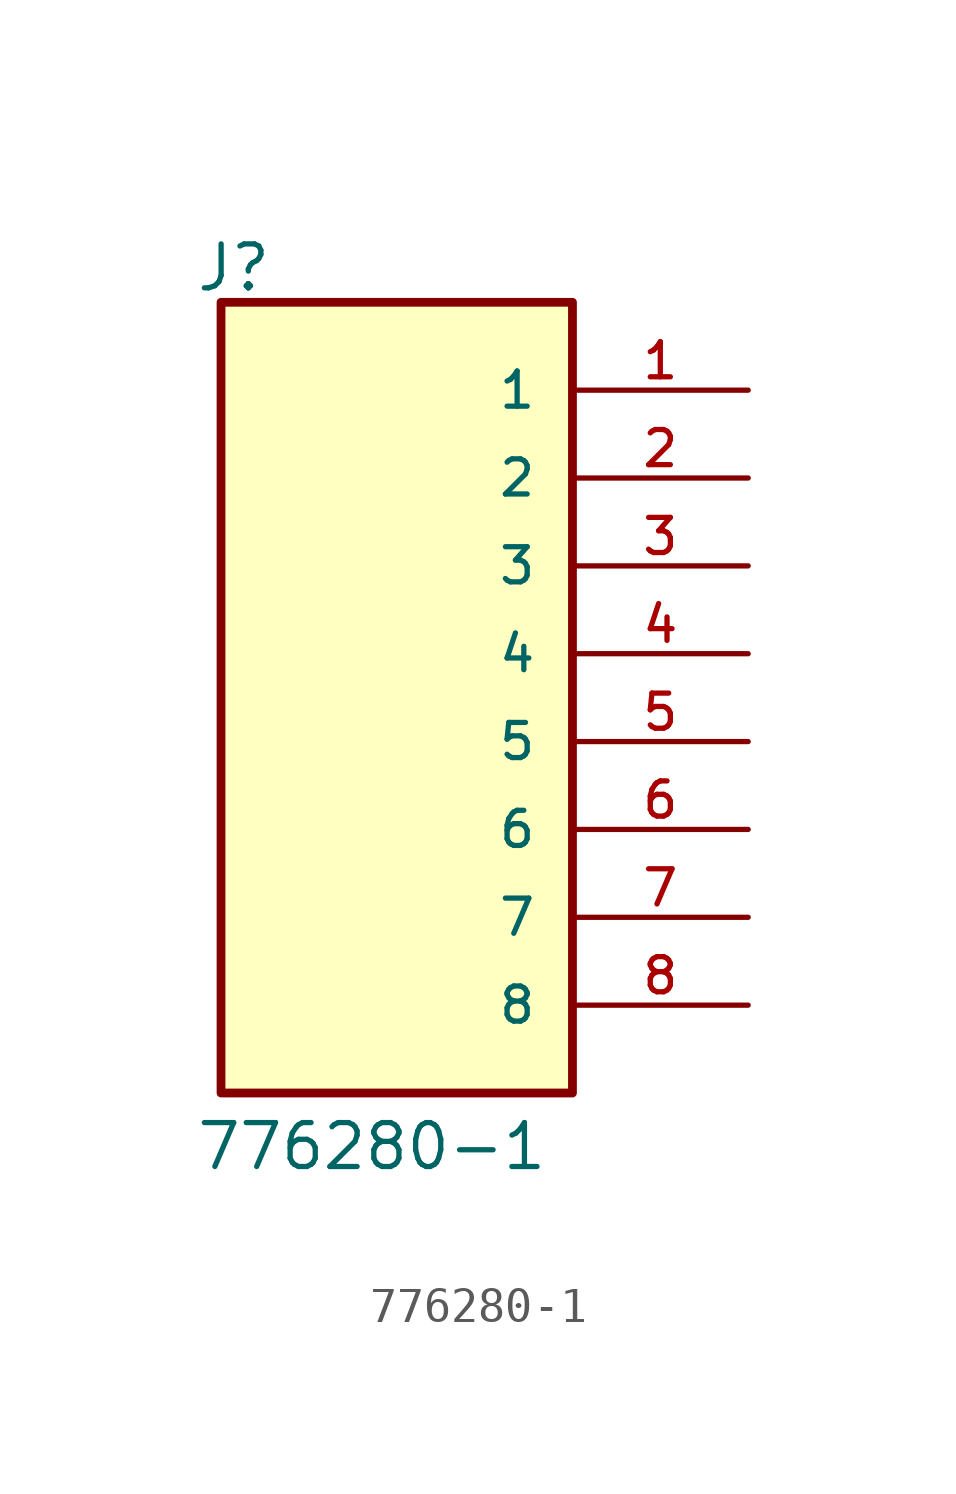
<source format=kicad_sym>
(kicad_symbol_lib
  (version 20211014)
  (generator kicad_symbol_editor)
  (symbol "776280-1"
    (pin_names
      (offset 1.016))
    (property "Reference" "J"
      (at -5.843 10.415 0)
      (effects (font (size 1.27 1.27)) (justify bottom left)))
    (property "Value" "776280-1"
      (at -5.843 -14.988 0)
      (effects (font (size 1.27 1.27)) (justify bottom left)))
    (symbol "776280-1_0_0"
      (rectangle (start -5.08 -12.7) (end 5.08 10.16) (stroke (width 0.254)) (fill (type background)))
      (pin passive line (at 10.16 7.62 180.0) (length 5.08) (name "1" (effects (font (size 1.016 1.016)))) (number "1" (effects (font (size 1.016 1.016)))))
      (pin passive line (at 10.16 5.08 180.0) (length 5.08) (name "2" (effects (font (size 1.016 1.016)))) (number "2" (effects (font (size 1.016 1.016)))))
      (pin passive line (at 10.16 2.54 180.0) (length 5.08) (name "3" (effects (font (size 1.016 1.016)))) (number "3" (effects (font (size 1.016 1.016)))))
      (pin passive line (at 10.16 0.0 180.0) (length 5.08) (name "4" (effects (font (size 1.016 1.016)))) (number "4" (effects (font (size 1.016 1.016)))))
      (pin passive line (at 10.16 -2.54 180.0) (length 5.08) (name "5" (effects (font (size 1.016 1.016)))) (number "5" (effects (font (size 1.016 1.016)))))
      (pin passive line (at 10.16 -5.08 180.0) (length 5.08) (name "6" (effects (font (size 1.016 1.016)))) (number "6" (effects (font (size 1.016 1.016)))))
      (pin passive line (at 10.16 -7.62 180.0) (length 5.08) (name "7" (effects (font (size 1.016 1.016)))) (number "7" (effects (font (size 1.016 1.016)))))
      (pin passive line (at 10.16 -10.16 180.0) (length 5.08) (name "8" (effects (font (size 1.016 1.016)))) (number "8" (effects (font (size 1.016 1.016))))))))
</source>
